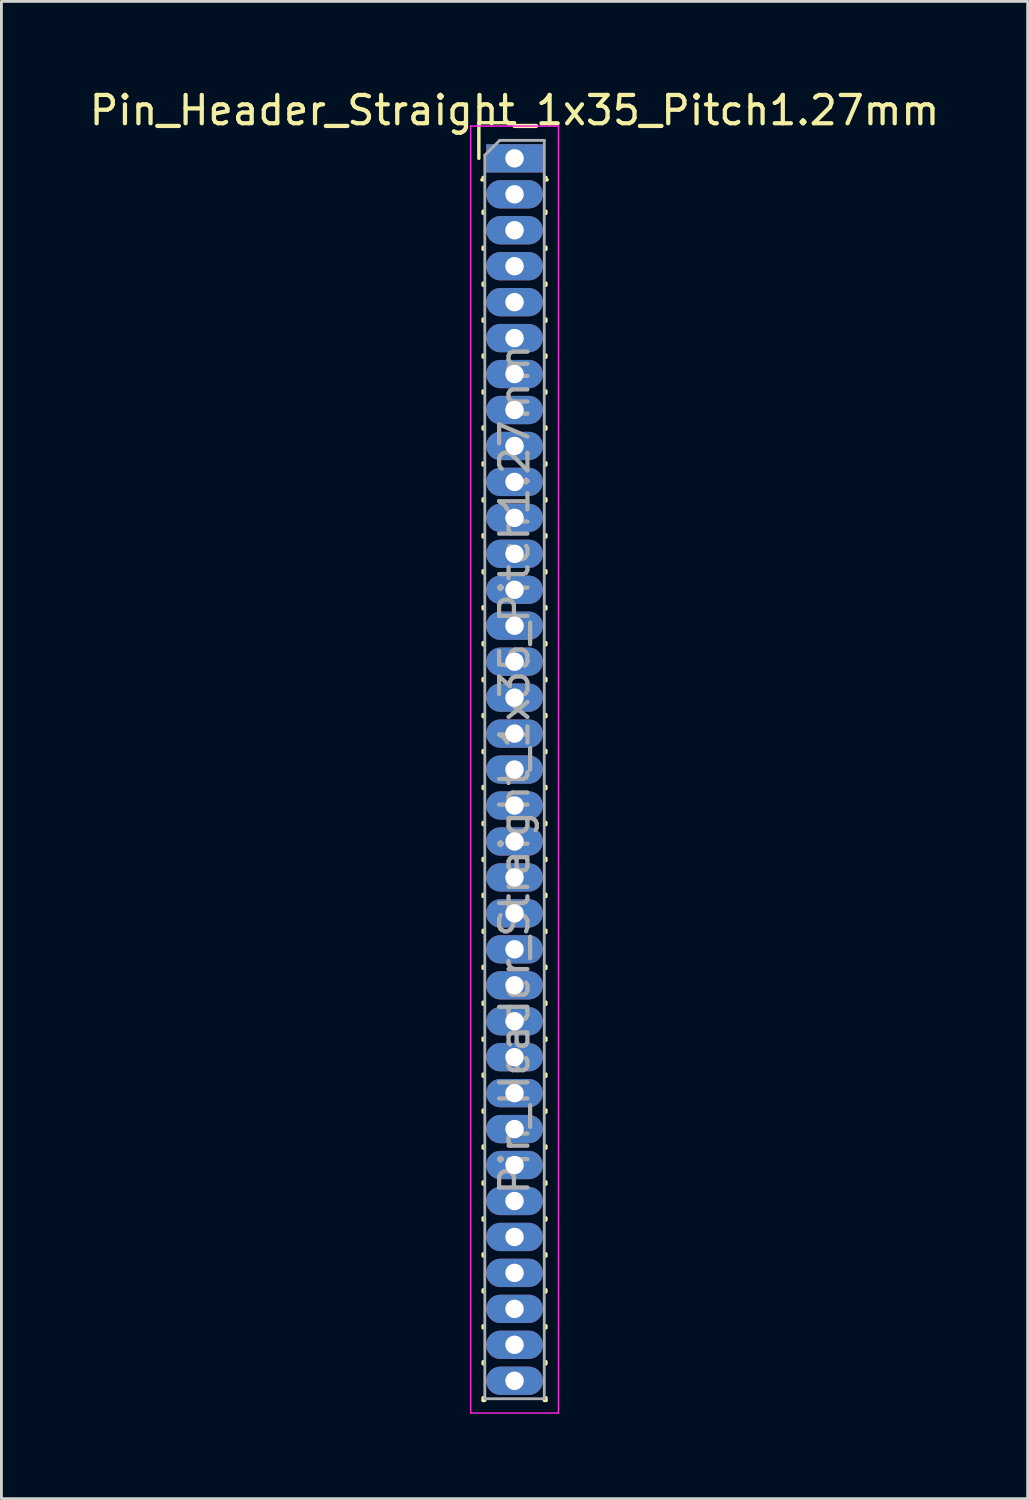
<source format=kicad_pcb>
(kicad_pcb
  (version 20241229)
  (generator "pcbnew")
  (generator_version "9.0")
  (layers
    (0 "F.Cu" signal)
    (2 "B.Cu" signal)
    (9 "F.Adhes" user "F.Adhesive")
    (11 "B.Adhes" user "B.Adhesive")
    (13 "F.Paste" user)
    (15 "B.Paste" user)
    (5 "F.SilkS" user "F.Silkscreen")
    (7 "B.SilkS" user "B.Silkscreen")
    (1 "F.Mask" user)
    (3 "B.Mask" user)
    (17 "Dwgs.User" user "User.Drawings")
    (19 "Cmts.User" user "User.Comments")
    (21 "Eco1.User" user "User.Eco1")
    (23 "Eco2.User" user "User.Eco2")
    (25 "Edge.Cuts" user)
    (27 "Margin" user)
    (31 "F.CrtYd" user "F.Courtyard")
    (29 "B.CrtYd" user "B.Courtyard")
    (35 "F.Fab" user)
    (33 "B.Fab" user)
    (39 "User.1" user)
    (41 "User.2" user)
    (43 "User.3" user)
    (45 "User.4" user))
  (footprint "Pin_Header_Straight_1x35_Pitch1.27mm"
    (layer "F.Cu")
    (at 15.125 2.543)
    (property "Reference" "Pin_Header_Straight_1x35_Pitch1.27mm" (at 0 -1.695 0) (layer "F.SilkS") (effects (font (size 1 1) (thickness 0.15))))
    (attr through_hole)
    (fp_line (start -1.26 -1.26) (end 0 -1.26) (stroke (width 0.12) (type solid)) (layer "F.SilkS"))
    (fp_line (start -1.26 0) (end -1.26 -1.26) (stroke (width 0.12) (type solid)) (layer "F.SilkS"))
    (fp_line (start -1.11 0.76) (end -1.152 0.76) (stroke (width 0.12) (type solid)) (layer "F.SilkS"))
    (fp_line (start -1.11 0.76) (end -1.11 0.674) (stroke (width 0.12) (type solid)) (layer "F.SilkS"))
    (fp_line (start -1.11 1.866) (end -1.11 1.944) (stroke (width 0.12) (type solid)) (layer "F.SilkS"))
    (fp_line (start -1.11 3.136) (end -1.11 3.214) (stroke (width 0.12) (type solid)) (layer "F.SilkS"))
    (fp_line (start -1.11 4.406) (end -1.11 4.484) (stroke (width 0.12) (type solid)) (layer "F.SilkS"))
    (fp_line (start -1.11 5.676) (end -1.11 5.754) (stroke (width 0.12) (type solid)) (layer "F.SilkS"))
    (fp_line (start -1.11 6.946) (end -1.11 7.024) (stroke (width 0.12) (type solid)) (layer "F.SilkS"))
    (fp_line (start -1.11 8.216) (end -1.11 8.294) (stroke (width 0.12) (type solid)) (layer "F.SilkS"))
    (fp_line (start -1.11 9.486) (end -1.11 9.564) (stroke (width 0.12) (type solid)) (layer "F.SilkS"))
    (fp_line (start -1.11 10.756) (end -1.11 10.834) (stroke (width 0.12) (type solid)) (layer "F.SilkS"))
    (fp_line (start -1.11 12.026) (end -1.11 12.104) (stroke (width 0.12) (type solid)) (layer "F.SilkS"))
    (fp_line (start -1.11 13.296) (end -1.11 13.374) (stroke (width 0.12) (type solid)) (layer "F.SilkS"))
    (fp_line (start -1.11 14.566) (end -1.11 14.644) (stroke (width 0.12) (type solid)) (layer "F.SilkS"))
    (fp_line (start -1.11 15.836) (end -1.11 15.914) (stroke (width 0.12) (type solid)) (layer "F.SilkS"))
    (fp_line (start -1.11 17.106) (end -1.11 17.184) (stroke (width 0.12) (type solid)) (layer "F.SilkS"))
    (fp_line (start -1.11 18.376) (end -1.11 18.454) (stroke (width 0.12) (type solid)) (layer "F.SilkS"))
    (fp_line (start -1.11 19.646) (end -1.11 19.724) (stroke (width 0.12) (type solid)) (layer "F.SilkS"))
    (fp_line (start -1.11 20.916) (end -1.11 20.994) (stroke (width 0.12) (type solid)) (layer "F.SilkS"))
    (fp_line (start -1.11 22.186) (end -1.11 22.264) (stroke (width 0.12) (type solid)) (layer "F.SilkS"))
    (fp_line (start -1.11 23.456) (end -1.11 23.534) (stroke (width 0.12) (type solid)) (layer "F.SilkS"))
    (fp_line (start -1.11 24.726) (end -1.11 24.804) (stroke (width 0.12) (type solid)) (layer "F.SilkS"))
    (fp_line (start -1.11 25.996) (end -1.11 26.074) (stroke (width 0.12) (type solid)) (layer "F.SilkS"))
    (fp_line (start -1.11 27.266) (end -1.11 27.344) (stroke (width 0.12) (type solid)) (layer "F.SilkS"))
    (fp_line (start -1.11 28.536) (end -1.11 28.614) (stroke (width 0.12) (type solid)) (layer "F.SilkS"))
    (fp_line (start -1.11 29.806) (end -1.11 29.884) (stroke (width 0.12) (type solid)) (layer "F.SilkS"))
    (fp_line (start -1.11 31.076) (end -1.11 31.154) (stroke (width 0.12) (type solid)) (layer "F.SilkS"))
    (fp_line (start -1.11 32.346) (end -1.11 32.424) (stroke (width 0.12) (type solid)) (layer "F.SilkS"))
    (fp_line (start -1.11 33.616) (end -1.11 33.694) (stroke (width 0.12) (type solid)) (layer "F.SilkS"))
    (fp_line (start -1.11 34.886) (end -1.11 34.964) (stroke (width 0.12) (type solid)) (layer "F.SilkS"))
    (fp_line (start -1.11 36.156) (end -1.11 36.234) (stroke (width 0.12) (type solid)) (layer "F.SilkS"))
    (fp_line (start -1.11 37.426) (end -1.11 37.504) (stroke (width 0.12) (type solid)) (layer "F.SilkS"))
    (fp_line (start -1.11 38.696) (end -1.11 38.774) (stroke (width 0.12) (type solid)) (layer "F.SilkS"))
    (fp_line (start -1.11 39.966) (end -1.11 40.044) (stroke (width 0.12) (type solid)) (layer "F.SilkS"))
    (fp_line (start -1.11 41.236) (end -1.11 41.314) (stroke (width 0.12) (type solid)) (layer "F.SilkS"))
    (fp_line (start -1.11 42.506) (end -1.11 42.584) (stroke (width 0.12) (type solid)) (layer "F.SilkS"))
    (fp_line (start -1.11 43.776) (end -1.11 43.875) (stroke (width 0.12) (type solid)) (layer "F.SilkS"))
    (fp_line (start -1.11 43.875) (end -1.051 43.875) (stroke (width 0.12) (type solid)) (layer "F.SilkS"))
    (fp_line (start 1.051 43.875) (end 1.11 43.875) (stroke (width 0.12) (type solid)) (layer "F.SilkS"))
    (fp_line (start 1.11 0.76) (end 1.11 0.674) (stroke (width 0.12) (type solid)) (layer "F.SilkS"))
    (fp_line (start 1.11 1.866) (end 1.11 1.944) (stroke (width 0.12) (type solid)) (layer "F.SilkS"))
    (fp_line (start 1.11 3.136) (end 1.11 3.214) (stroke (width 0.12) (type solid)) (layer "F.SilkS"))
    (fp_line (start 1.11 4.406) (end 1.11 4.484) (stroke (width 0.12) (type solid)) (layer "F.SilkS"))
    (fp_line (start 1.11 5.676) (end 1.11 5.754) (stroke (width 0.12) (type solid)) (layer "F.SilkS"))
    (fp_line (start 1.11 6.946) (end 1.11 7.024) (stroke (width 0.12) (type solid)) (layer "F.SilkS"))
    (fp_line (start 1.11 8.216) (end 1.11 8.294) (stroke (width 0.12) (type solid)) (layer "F.SilkS"))
    (fp_line (start 1.11 9.486) (end 1.11 9.564) (stroke (width 0.12) (type solid)) (layer "F.SilkS"))
    (fp_line (start 1.11 10.756) (end 1.11 10.834) (stroke (width 0.12) (type solid)) (layer "F.SilkS"))
    (fp_line (start 1.11 12.026) (end 1.11 12.104) (stroke (width 0.12) (type solid)) (layer "F.SilkS"))
    (fp_line (start 1.11 13.296) (end 1.11 13.374) (stroke (width 0.12) (type solid)) (layer "F.SilkS"))
    (fp_line (start 1.11 14.566) (end 1.11 14.644) (stroke (width 0.12) (type solid)) (layer "F.SilkS"))
    (fp_line (start 1.11 15.836) (end 1.11 15.914) (stroke (width 0.12) (type solid)) (layer "F.SilkS"))
    (fp_line (start 1.11 17.106) (end 1.11 17.184) (stroke (width 0.12) (type solid)) (layer "F.SilkS"))
    (fp_line (start 1.11 18.376) (end 1.11 18.454) (stroke (width 0.12) (type solid)) (layer "F.SilkS"))
    (fp_line (start 1.11 19.646) (end 1.11 19.724) (stroke (width 0.12) (type solid)) (layer "F.SilkS"))
    (fp_line (start 1.11 20.916) (end 1.11 20.994) (stroke (width 0.12) (type solid)) (layer "F.SilkS"))
    (fp_line (start 1.11 22.186) (end 1.11 22.264) (stroke (width 0.12) (type solid)) (layer "F.SilkS"))
    (fp_line (start 1.11 23.456) (end 1.11 23.534) (stroke (width 0.12) (type solid)) (layer "F.SilkS"))
    (fp_line (start 1.11 24.726) (end 1.11 24.804) (stroke (width 0.12) (type solid)) (layer "F.SilkS"))
    (fp_line (start 1.11 25.996) (end 1.11 26.074) (stroke (width 0.12) (type solid)) (layer "F.SilkS"))
    (fp_line (start 1.11 27.266) (end 1.11 27.344) (stroke (width 0.12) (type solid)) (layer "F.SilkS"))
    (fp_line (start 1.11 28.536) (end 1.11 28.614) (stroke (width 0.12) (type solid)) (layer "F.SilkS"))
    (fp_line (start 1.11 29.806) (end 1.11 29.884) (stroke (width 0.12) (type solid)) (layer "F.SilkS"))
    (fp_line (start 1.11 31.076) (end 1.11 31.154) (stroke (width 0.12) (type solid)) (layer "F.SilkS"))
    (fp_line (start 1.11 32.346) (end 1.11 32.424) (stroke (width 0.12) (type solid)) (layer "F.SilkS"))
    (fp_line (start 1.11 33.616) (end 1.11 33.694) (stroke (width 0.12) (type solid)) (layer "F.SilkS"))
    (fp_line (start 1.11 34.886) (end 1.11 34.964) (stroke (width 0.12) (type solid)) (layer "F.SilkS"))
    (fp_line (start 1.11 36.156) (end 1.11 36.234) (stroke (width 0.12) (type solid)) (layer "F.SilkS"))
    (fp_line (start 1.11 37.426) (end 1.11 37.504) (stroke (width 0.12) (type solid)) (layer "F.SilkS"))
    (fp_line (start 1.11 38.696) (end 1.11 38.774) (stroke (width 0.12) (type solid)) (layer "F.SilkS"))
    (fp_line (start 1.11 39.966) (end 1.11 40.044) (stroke (width 0.12) (type solid)) (layer "F.SilkS"))
    (fp_line (start 1.11 41.236) (end 1.11 41.314) (stroke (width 0.12) (type solid)) (layer "F.SilkS"))
    (fp_line (start 1.11 42.506) (end 1.11 42.584) (stroke (width 0.12) (type solid)) (layer "F.SilkS"))
    (fp_line (start 1.11 43.776) (end 1.11 43.875) (stroke (width 0.12) (type solid)) (layer "F.SilkS"))
    (fp_line (start 1.152 0.76) (end 1.11 0.76) (stroke (width 0.12) (type solid)) (layer "F.SilkS"))
    (fp_line (start -1.55 -1.14) (end -1.55 44.32) (stroke (width 0.05) (type solid)) (layer "F.CrtYd"))
    (fp_line (start -1.55 44.32) (end 1.55 44.32) (stroke (width 0.05) (type solid)) (layer "F.CrtYd"))
    (fp_line (start 1.55 -1.14) (end -1.55 -1.14) (stroke (width 0.05) (type solid)) (layer "F.CrtYd"))
    (fp_line (start 1.55 44.32) (end 1.55 -1.14) (stroke (width 0.05) (type solid)) (layer "F.CrtYd"))
    (fp_line (start -1.05 -0.11) (end -0.525 -0.635) (stroke (width 0.1) (type solid)) (layer "F.Fab"))
    (fp_line (start -1.05 43.815) (end -1.05 -0.11) (stroke (width 0.1) (type solid)) (layer "F.Fab"))
    (fp_line (start -0.525 -0.635) (end 1.05 -0.635) (stroke (width 0.1) (type solid)) (layer "F.Fab"))
    (fp_line (start 1.05 -0.635) (end 1.05 43.815) (stroke (width 0.1) (type solid)) (layer "F.Fab"))
    (fp_line (start 1.05 43.815) (end -1.05 43.815) (stroke (width 0.1) (type solid)) (layer "F.Fab"))
    (fp_text user "${REFERENCE}" (at 0 21.59 90) (layer "F.Fab") (effects (font (size 1 1) (thickness 0.15))))
    (pad "1" thru_hole rect (at 0 0) (size 2 1) (drill 0.65) (layers "*.Cu" "*.Mask"))
    (pad "2" thru_hole oval (at 0 1.27) (size 2 1) (drill 0.65) (layers "*.Cu" "*.Mask"))
    (pad "3" thru_hole oval (at 0 2.54) (size 2 1) (drill 0.65) (layers "*.Cu" "*.Mask"))
    (pad "4" thru_hole oval (at 0 3.81) (size 2 1) (drill 0.65) (layers "*.Cu" "*.Mask"))
    (pad "5" thru_hole oval (at 0 5.08) (size 2 1) (drill 0.65) (layers "*.Cu" "*.Mask"))
    (pad "6" thru_hole oval (at 0 6.35) (size 2 1) (drill 0.65) (layers "*.Cu" "*.Mask"))
    (pad "7" thru_hole oval (at 0 7.62) (size 2 1) (drill 0.65) (layers "*.Cu" "*.Mask"))
    (pad "8" thru_hole oval (at 0 8.89) (size 2 1) (drill 0.65) (layers "*.Cu" "*.Mask"))
    (pad "9" thru_hole oval (at 0 10.16) (size 2 1) (drill 0.65) (layers "*.Cu" "*.Mask"))
    (pad "10" thru_hole oval (at 0 11.43) (size 2 1) (drill 0.65) (layers "*.Cu" "*.Mask"))
    (pad "11" thru_hole oval (at 0 12.7) (size 2 1) (drill 0.65) (layers "*.Cu" "*.Mask"))
    (pad "12" thru_hole oval (at 0 13.97) (size 2 1) (drill 0.65) (layers "*.Cu" "*.Mask"))
    (pad "13" thru_hole oval (at 0 15.24) (size 2 1) (drill 0.65) (layers "*.Cu" "*.Mask"))
    (pad "14" thru_hole oval (at 0 16.51) (size 2 1) (drill 0.65) (layers "*.Cu" "*.Mask"))
    (pad "15" thru_hole oval (at 0 17.78) (size 2 1) (drill 0.65) (layers "*.Cu" "*.Mask"))
    (pad "16" thru_hole oval (at 0 19.05) (size 2 1) (drill 0.65) (layers "*.Cu" "*.Mask"))
    (pad "17" thru_hole oval (at 0 20.32) (size 2 1) (drill 0.65) (layers "*.Cu" "*.Mask"))
    (pad "18" thru_hole oval (at 0 21.59) (size 2 1) (drill 0.65) (layers "*.Cu" "*.Mask"))
    (pad "19" thru_hole oval (at 0 22.86) (size 2 1) (drill 0.65) (layers "*.Cu" "*.Mask"))
    (pad "20" thru_hole oval (at 0 24.13) (size 2 1) (drill 0.65) (layers "*.Cu" "*.Mask"))
    (pad "21" thru_hole oval (at 0 25.4) (size 2 1) (drill 0.65) (layers "*.Cu" "*.Mask"))
    (pad "22" thru_hole oval (at 0 26.67) (size 2 1) (drill 0.65) (layers "*.Cu" "*.Mask"))
    (pad "23" thru_hole oval (at 0 27.94) (size 2 1) (drill 0.65) (layers "*.Cu" "*.Mask"))
    (pad "24" thru_hole oval (at 0 29.21) (size 2 1) (drill 0.65) (layers "*.Cu" "*.Mask"))
    (pad "25" thru_hole oval (at 0 30.48) (size 2 1) (drill 0.65) (layers "*.Cu" "*.Mask"))
    (pad "26" thru_hole oval (at 0 31.75) (size 2 1) (drill 0.65) (layers "*.Cu" "*.Mask"))
    (pad "27" thru_hole oval (at 0 33.02) (size 2 1) (drill 0.65) (layers "*.Cu" "*.Mask"))
    (pad "28" thru_hole oval (at 0 34.29) (size 2 1) (drill 0.65) (layers "*.Cu" "*.Mask"))
    (pad "29" thru_hole oval (at 0 35.56) (size 2 1) (drill 0.65) (layers "*.Cu" "*.Mask"))
    (pad "30" thru_hole oval (at 0 36.83) (size 2 1) (drill 0.65) (layers "*.Cu" "*.Mask"))
    (pad "31" thru_hole oval (at 0 38.1) (size 2 1) (drill 0.65) (layers "*.Cu" "*.Mask"))
    (pad "32" thru_hole oval (at 0 39.37) (size 2 1) (drill 0.65) (layers "*.Cu" "*.Mask"))
    (pad "33" thru_hole oval (at 0 40.64) (size 2 1) (drill 0.65) (layers "*.Cu" "*.Mask"))
    (pad "34" thru_hole oval (at 0 41.91) (size 2 1) (drill 0.65) (layers "*.Cu" "*.Mask"))
    (pad "35" thru_hole oval (at 0 43.18) (size 2 1) (drill 0.65) (layers "*.Cu" "*.Mask")))
  (gr_rect
    (start -3 -3)
    (end 33.25 49.888)
    (stroke (width 0.1) (type default))
    (fill no)
    (layer "Edge.Cuts")))
</source>
